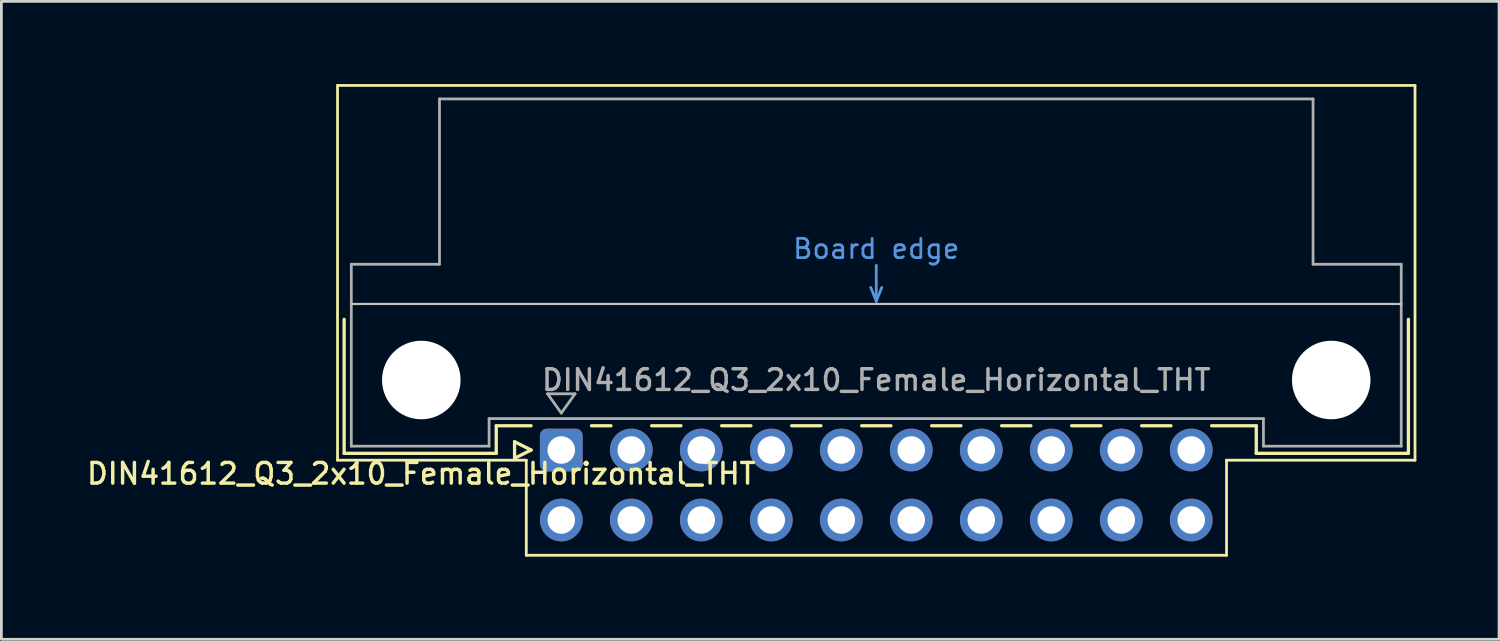
<source format=kicad_pcb>
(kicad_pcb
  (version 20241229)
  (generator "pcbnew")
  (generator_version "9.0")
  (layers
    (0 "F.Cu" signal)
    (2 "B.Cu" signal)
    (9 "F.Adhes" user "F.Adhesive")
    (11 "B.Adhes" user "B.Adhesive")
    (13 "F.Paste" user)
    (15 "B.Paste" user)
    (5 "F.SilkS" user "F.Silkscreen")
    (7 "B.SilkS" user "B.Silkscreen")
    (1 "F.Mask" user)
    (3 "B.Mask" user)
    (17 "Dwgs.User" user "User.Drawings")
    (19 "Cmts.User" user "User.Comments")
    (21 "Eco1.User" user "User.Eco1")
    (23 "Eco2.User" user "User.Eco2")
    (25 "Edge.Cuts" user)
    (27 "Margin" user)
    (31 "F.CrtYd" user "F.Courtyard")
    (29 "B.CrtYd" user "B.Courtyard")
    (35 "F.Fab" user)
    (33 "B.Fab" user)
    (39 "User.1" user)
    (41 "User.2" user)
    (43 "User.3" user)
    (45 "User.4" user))
  (footprint "DIN41612_Q3_2x10_Female_Horizontal_THT"
    (layer "F.Cu")
    (at 17.318 13.28)
    (property "Reference" "DIN41612_Q3_2x10_Female_Horizontal_THT" (at -5.08 0.86 0) (layer "F.SilkS") (effects (font (size 0.75 0.75) (thickness 0.125))))
    (attr through_hole)
    (fp_line (start -8.12 -13.23) (end -8.12 0.37) (stroke (width 0.1) (type solid)) (layer "F.SilkS"))
    (fp_line (start -8.12 0.37) (end -1.27 0.37) (stroke (width 0.1) (type solid)) (layer "F.SilkS"))
    (fp_line (start -7.88 -4.74) (end -7.88 0.12) (stroke (width 0.12) (type solid)) (layer "F.SilkS"))
    (fp_line (start -7.88 0.12) (end -2.36 0.12) (stroke (width 0.12) (type solid)) (layer "F.SilkS"))
    (fp_line (start -2.361 -0.88) (end -1.095 -0.88) (stroke (width 0.12) (type solid)) (layer "F.SilkS"))
    (fp_line (start -2.36 0.12) (end -2.36 -0.88) (stroke (width 0.12) (type solid)) (layer "F.SilkS"))
    (fp_line (start -1.695 -0.3) (end -1.695 0.3) (stroke (width 0.12) (type solid)) (layer "F.SilkS"))
    (fp_line (start -1.695 0.3) (end -1.095 0) (stroke (width 0.12) (type solid)) (layer "F.SilkS"))
    (fp_line (start -1.27 0.37) (end -1.27 3.82) (stroke (width 0.1) (type solid)) (layer "F.SilkS"))
    (fp_line (start -1.27 3.82) (end 24.14 3.82) (stroke (width 0.1) (type solid)) (layer "F.SilkS"))
    (fp_line (start -1.095 0) (end -1.695 -0.3) (stroke (width 0.12) (type solid)) (layer "F.SilkS"))
    (fp_line (start 1.095 -0.88) (end 1.801 -0.88) (stroke (width 0.12) (type solid)) (layer "F.SilkS"))
    (fp_line (start 3.28 -0.88) (end 4.341 -0.88) (stroke (width 0.12) (type solid)) (layer "F.SilkS"))
    (fp_line (start 5.82 -0.88) (end 6.881 -0.88) (stroke (width 0.12) (type solid)) (layer "F.SilkS"))
    (fp_line (start 8.36 -0.88) (end 9.421 -0.88) (stroke (width 0.12) (type solid)) (layer "F.SilkS"))
    (fp_line (start 10.9 -0.88) (end 11.961 -0.88) (stroke (width 0.12) (type solid)) (layer "F.SilkS"))
    (fp_line (start 13.44 -0.88) (end 14.501 -0.88) (stroke (width 0.12) (type solid)) (layer "F.SilkS"))
    (fp_line (start 15.98 -0.88) (end 17.041 -0.88) (stroke (width 0.12) (type solid)) (layer "F.SilkS"))
    (fp_line (start 18.52 -0.88) (end 19.581 -0.88) (stroke (width 0.12) (type solid)) (layer "F.SilkS"))
    (fp_line (start 21.06 -0.88) (end 22.121 -0.88) (stroke (width 0.12) (type solid)) (layer "F.SilkS"))
    (fp_line (start 23.6 -0.88) (end 25.22 -0.88) (stroke (width 0.12) (type solid)) (layer "F.SilkS"))
    (fp_line (start 24.14 0.37) (end 30.98 0.37) (stroke (width 0.1) (type solid)) (layer "F.SilkS"))
    (fp_line (start 24.14 3.82) (end 24.14 0.37) (stroke (width 0.1) (type solid)) (layer "F.SilkS"))
    (fp_line (start 25.22 0.12) (end 25.22 -0.88) (stroke (width 0.12) (type solid)) (layer "F.SilkS"))
    (fp_line (start 30.74 -4.74) (end 30.74 0.12) (stroke (width 0.12) (type solid)) (layer "F.SilkS"))
    (fp_line (start 30.74 0.12) (end 25.22 0.12) (stroke (width 0.12) (type solid)) (layer "F.SilkS"))
    (fp_line (start 30.98 -13.23) (end -8.12 -13.23) (stroke (width 0.1) (type solid)) (layer "F.SilkS"))
    (fp_line (start 30.98 0.37) (end 30.98 -13.23) (stroke (width 0.1) (type solid)) (layer "F.SilkS"))
    (fp_line (start -7.62 -5.3) (end 30.48 -5.3) (stroke (width 0.08) (type solid)) (layer "Dwgs.User"))
    (fp_line (start 11.23 -5.9) (end 11.43 -5.4) (stroke (width 0.1) (type solid)) (layer "Cmts.User"))
    (fp_line (start 11.43 -5.4) (end 11.43 -6.7) (stroke (width 0.1) (type solid)) (layer "Cmts.User"))
    (fp_line (start 11.43 -5.4) (end 11.63 -5.9) (stroke (width 0.1) (type solid)) (layer "Cmts.User"))
    (fp_line (start -7.62 -6.74) (end -7.62 -0.14) (stroke (width 0.1) (type solid)) (layer "F.Fab"))
    (fp_line (start -7.62 -0.14) (end -2.62 -0.14) (stroke (width 0.1) (type solid)) (layer "F.Fab"))
    (fp_line (start -4.42 -12.74) (end -4.42 -6.74) (stroke (width 0.1) (type solid)) (layer "F.Fab"))
    (fp_line (start -4.42 -6.74) (end -7.62 -6.74) (stroke (width 0.1) (type solid)) (layer "F.Fab"))
    (fp_line (start -2.62 -1.14) (end 25.48 -1.14) (stroke (width 0.1) (type solid)) (layer "F.Fab"))
    (fp_line (start -2.62 -0.14) (end -2.62 -1.14) (stroke (width 0.1) (type solid)) (layer "F.Fab"))
    (fp_line (start -0.5 -2.04) (end 0.5 -2.04) (stroke (width 0.1) (type solid)) (layer "F.Fab"))
    (fp_line (start 0 -1.34) (end -0.5 -2.04) (stroke (width 0.1) (type solid)) (layer "F.Fab"))
    (fp_line (start 0.5 -2.04) (end 0 -1.34) (stroke (width 0.1) (type solid)) (layer "F.Fab"))
    (fp_line (start 25.48 -1.14) (end 25.48 -0.14) (stroke (width 0.1) (type solid)) (layer "F.Fab"))
    (fp_line (start 25.48 -0.14) (end 30.48 -0.14) (stroke (width 0.1) (type solid)) (layer "F.Fab"))
    (fp_line (start 27.28 -12.74) (end -4.42 -12.74) (stroke (width 0.1) (type solid)) (layer "F.Fab"))
    (fp_line (start 27.28 -6.74) (end 27.28 -12.74) (stroke (width 0.1) (type solid)) (layer "F.Fab"))
    (fp_line (start 30.48 -6.74) (end 27.28 -6.74) (stroke (width 0.1) (type solid)) (layer "F.Fab"))
    (fp_line (start 30.48 -0.14) (end 30.48 -6.74) (stroke (width 0.1) (type solid)) (layer "F.Fab"))
    (fp_text user "Board edge" (at 11.43 -7.3 0) (layer "Cmts.User") (effects (font (size 0.7 0.7) (thickness 0.1))))
    (fp_text user "${REFERENCE}" (at 11.43 -2.54 0) (layer "F.Fab") (effects (font (size 0.75 0.75) (thickness 0.125))))
    (pad "" np_thru_hole circle (at -5.08 -2.54) (size 2.85 2.85) (drill 2.85) (layers "*.Cu" "*.Mask"))
    (pad "" np_thru_hole circle (at 27.94 -2.54) (size 2.85 2.85) (drill 2.85) (layers "*.Cu" "*.Mask"))
    (pad "a1" thru_hole roundrect (at 0 0) (size 1.55 1.55) (drill 1) (layers "*.Cu" "*.Mask") (roundrect_rratio 0.161))
    (pad "a2" thru_hole circle (at 2.54 0) (size 1.55 1.55) (drill 1) (layers "*.Cu" "*.Mask"))
    (pad "a3" thru_hole circle (at 5.08 0) (size 1.55 1.55) (drill 1) (layers "*.Cu" "*.Mask"))
    (pad "a4" thru_hole circle (at 7.62 0) (size 1.55 1.55) (drill 1) (layers "*.Cu" "*.Mask"))
    (pad "a5" thru_hole circle (at 10.16 0) (size 1.55 1.55) (drill 1) (layers "*.Cu" "*.Mask"))
    (pad "a6" thru_hole circle (at 12.7 0) (size 1.55 1.55) (drill 1) (layers "*.Cu" "*.Mask"))
    (pad "a7" thru_hole circle (at 15.24 0) (size 1.55 1.55) (drill 1) (layers "*.Cu" "*.Mask"))
    (pad "a8" thru_hole circle (at 17.78 0) (size 1.55 1.55) (drill 1) (layers "*.Cu" "*.Mask"))
    (pad "a9" thru_hole circle (at 20.32 0) (size 1.55 1.55) (drill 1) (layers "*.Cu" "*.Mask"))
    (pad "a10" thru_hole circle (at 22.86 0) (size 1.55 1.55) (drill 1) (layers "*.Cu" "*.Mask"))
    (pad "b1" thru_hole circle (at 0 2.54) (size 1.55 1.55) (drill 1) (layers "*.Cu" "*.Mask"))
    (pad "b2" thru_hole circle (at 2.54 2.54) (size 1.55 1.55) (drill 1) (layers "*.Cu" "*.Mask"))
    (pad "b3" thru_hole circle (at 5.08 2.54) (size 1.55 1.55) (drill 1) (layers "*.Cu" "*.Mask"))
    (pad "b4" thru_hole circle (at 7.62 2.54) (size 1.55 1.55) (drill 1) (layers "*.Cu" "*.Mask"))
    (pad "b5" thru_hole circle (at 10.16 2.54) (size 1.55 1.55) (drill 1) (layers "*.Cu" "*.Mask"))
    (pad "b6" thru_hole circle (at 12.7 2.54) (size 1.55 1.55) (drill 1) (layers "*.Cu" "*.Mask"))
    (pad "b7" thru_hole circle (at 15.24 2.54) (size 1.55 1.55) (drill 1) (layers "*.Cu" "*.Mask"))
    (pad "b8" thru_hole circle (at 17.78 2.54) (size 1.55 1.55) (drill 1) (layers "*.Cu" "*.Mask"))
    (pad "b9" thru_hole circle (at 20.32 2.54) (size 1.55 1.55) (drill 1) (layers "*.Cu" "*.Mask"))
    (pad "b10" thru_hole circle (at 22.86 2.54) (size 1.55 1.55) (drill 1) (layers "*.Cu" "*.Mask")))
  (gr_rect
    (start -3 -3)
    (end 51.348 20.15)
    (stroke (width 0.1) (type default))
    (fill no)
    (layer "Edge.Cuts")))
</source>
